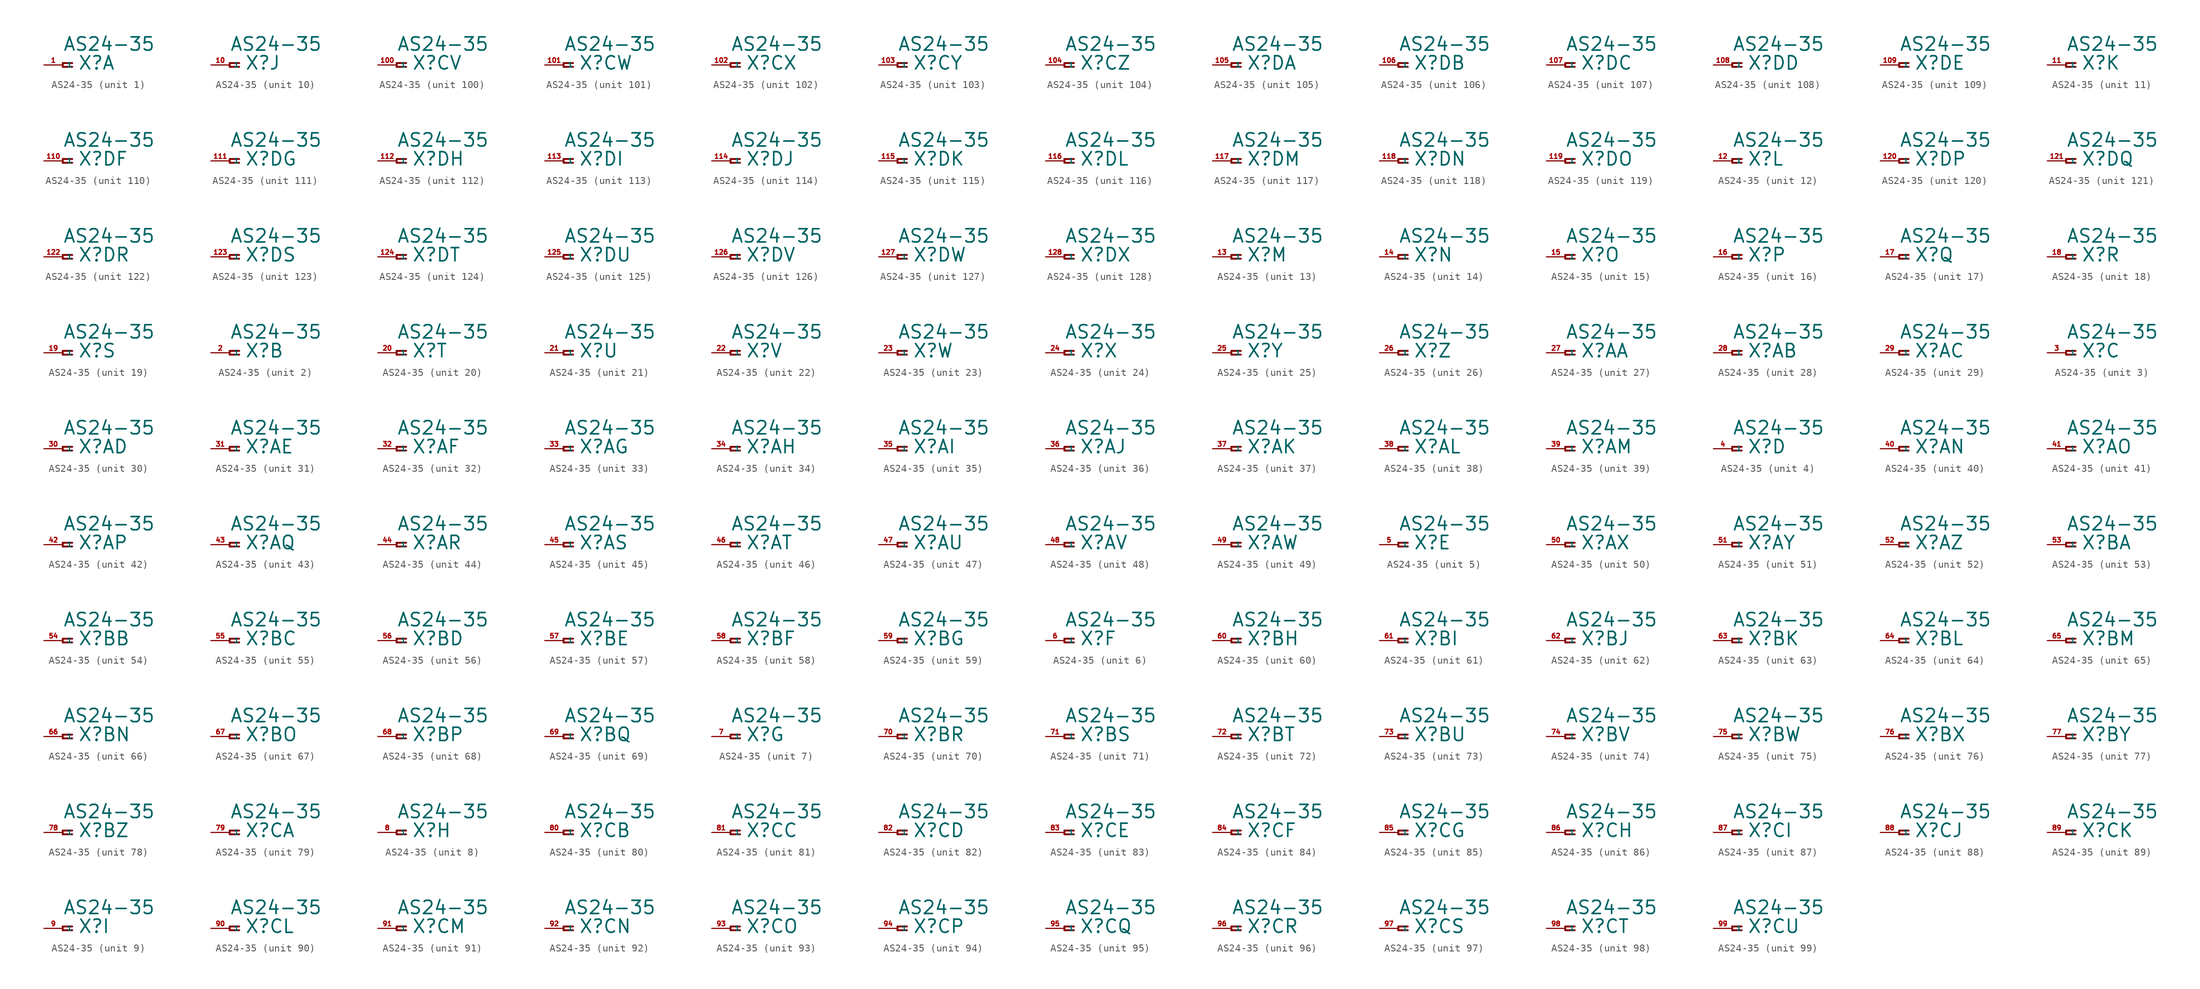
<source format=kicad_sym>
(kicad_symbol_lib
  (version 20220914)
  (generator Eagle2Kicad)
  (symbol "AS24-35"
    (property "Reference" "X"
      (at 2.032 -0.762 0)
      (effects (font (size 1.778 1.778) (thickness 0.22)) (justify left bottom)))
    (property "Value" "AS24-35"
      (at 0 1.778 0)
      (effects (font (size 1.778 1.778) (thickness 0.22)) (justify left bottom)))
    (symbol "AS24-35_1_0"
      (polyline (pts (xy 1.27 0.254) (xy 0 0.254)) (stroke (width 0.254) (type default)) (fill (type none)))
      (polyline (pts (xy 0 0.254) (xy 0 -0.254)) (stroke (width 0.254) (type default)) (fill (type none)))
      (polyline (pts (xy 0 -0.254) (xy 1.27 -0.254)) (stroke (width 0.254) (type default)) (fill (type none)))
      (pin passive line (at -2.54 0 0) (length 2.54) (name "1" (effects (font (size 0.635 0.635) (thickness 0.08)) (justify left bottom))) (number "1" (effects (font (size 0.635 0.635) (thickness 0.08)) (justify left bottom)))))
    (symbol "AS24-35_2_0"
      (polyline (pts (xy 1.27 0.254) (xy 0 0.254)) (stroke (width 0.254) (type default)) (fill (type none)))
      (polyline (pts (xy 0 0.254) (xy 0 -0.254)) (stroke (width 0.254) (type default)) (fill (type none)))
      (polyline (pts (xy 0 -0.254) (xy 1.27 -0.254)) (stroke (width 0.254) (type default)) (fill (type none)))
      (pin passive line (at -2.54 0 0) (length 2.54) (name "1" (effects (font (size 0.635 0.635) (thickness 0.08)) (justify left bottom))) (number "2" (effects (font (size 0.635 0.635) (thickness 0.08)) (justify left bottom)))))
    (symbol "AS24-35_3_0"
      (polyline (pts (xy 1.27 0.254) (xy 0 0.254)) (stroke (width 0.254) (type default)) (fill (type none)))
      (polyline (pts (xy 0 0.254) (xy 0 -0.254)) (stroke (width 0.254) (type default)) (fill (type none)))
      (polyline (pts (xy 0 -0.254) (xy 1.27 -0.254)) (stroke (width 0.254) (type default)) (fill (type none)))
      (pin passive line (at -2.54 0 0) (length 2.54) (name "1" (effects (font (size 0.635 0.635) (thickness 0.08)) (justify left bottom))) (number "3" (effects (font (size 0.635 0.635) (thickness 0.08)) (justify left bottom)))))
    (symbol "AS24-35_4_0"
      (polyline (pts (xy 1.27 0.254) (xy 0 0.254)) (stroke (width 0.254) (type default)) (fill (type none)))
      (polyline (pts (xy 0 0.254) (xy 0 -0.254)) (stroke (width 0.254) (type default)) (fill (type none)))
      (polyline (pts (xy 0 -0.254) (xy 1.27 -0.254)) (stroke (width 0.254) (type default)) (fill (type none)))
      (pin passive line (at -2.54 0 0) (length 2.54) (name "1" (effects (font (size 0.635 0.635) (thickness 0.08)) (justify left bottom))) (number "4" (effects (font (size 0.635 0.635) (thickness 0.08)) (justify left bottom)))))
    (symbol "AS24-35_5_0"
      (polyline (pts (xy 1.27 0.254) (xy 0 0.254)) (stroke (width 0.254) (type default)) (fill (type none)))
      (polyline (pts (xy 0 0.254) (xy 0 -0.254)) (stroke (width 0.254) (type default)) (fill (type none)))
      (polyline (pts (xy 0 -0.254) (xy 1.27 -0.254)) (stroke (width 0.254) (type default)) (fill (type none)))
      (pin passive line (at -2.54 0 0) (length 2.54) (name "1" (effects (font (size 0.635 0.635) (thickness 0.08)) (justify left bottom))) (number "5" (effects (font (size 0.635 0.635) (thickness 0.08)) (justify left bottom)))))
    (symbol "AS24-35_6_0"
      (polyline (pts (xy 1.27 0.254) (xy 0 0.254)) (stroke (width 0.254) (type default)) (fill (type none)))
      (polyline (pts (xy 0 0.254) (xy 0 -0.254)) (stroke (width 0.254) (type default)) (fill (type none)))
      (polyline (pts (xy 0 -0.254) (xy 1.27 -0.254)) (stroke (width 0.254) (type default)) (fill (type none)))
      (pin passive line (at -2.54 0 0) (length 2.54) (name "1" (effects (font (size 0.635 0.635) (thickness 0.08)) (justify left bottom))) (number "6" (effects (font (size 0.635 0.635) (thickness 0.08)) (justify left bottom)))))
    (symbol "AS24-35_7_0"
      (polyline (pts (xy 1.27 0.254) (xy 0 0.254)) (stroke (width 0.254) (type default)) (fill (type none)))
      (polyline (pts (xy 0 0.254) (xy 0 -0.254)) (stroke (width 0.254) (type default)) (fill (type none)))
      (polyline (pts (xy 0 -0.254) (xy 1.27 -0.254)) (stroke (width 0.254) (type default)) (fill (type none)))
      (pin passive line (at -2.54 0 0) (length 2.54) (name "1" (effects (font (size 0.635 0.635) (thickness 0.08)) (justify left bottom))) (number "7" (effects (font (size 0.635 0.635) (thickness 0.08)) (justify left bottom)))))
    (symbol "AS24-35_8_0"
      (polyline (pts (xy 1.27 0.254) (xy 0 0.254)) (stroke (width 0.254) (type default)) (fill (type none)))
      (polyline (pts (xy 0 0.254) (xy 0 -0.254)) (stroke (width 0.254) (type default)) (fill (type none)))
      (polyline (pts (xy 0 -0.254) (xy 1.27 -0.254)) (stroke (width 0.254) (type default)) (fill (type none)))
      (pin passive line (at -2.54 0 0) (length 2.54) (name "1" (effects (font (size 0.635 0.635) (thickness 0.08)) (justify left bottom))) (number "8" (effects (font (size 0.635 0.635) (thickness 0.08)) (justify left bottom)))))
    (symbol "AS24-35_9_0"
      (polyline (pts (xy 1.27 0.254) (xy 0 0.254)) (stroke (width 0.254) (type default)) (fill (type none)))
      (polyline (pts (xy 0 0.254) (xy 0 -0.254)) (stroke (width 0.254) (type default)) (fill (type none)))
      (polyline (pts (xy 0 -0.254) (xy 1.27 -0.254)) (stroke (width 0.254) (type default)) (fill (type none)))
      (pin passive line (at -2.54 0 0) (length 2.54) (name "1" (effects (font (size 0.635 0.635) (thickness 0.08)) (justify left bottom))) (number "9" (effects (font (size 0.635 0.635) (thickness 0.08)) (justify left bottom)))))
    (symbol "AS24-35_10_0"
      (polyline (pts (xy 1.27 0.254) (xy 0 0.254)) (stroke (width 0.254) (type default)) (fill (type none)))
      (polyline (pts (xy 0 0.254) (xy 0 -0.254)) (stroke (width 0.254) (type default)) (fill (type none)))
      (polyline (pts (xy 0 -0.254) (xy 1.27 -0.254)) (stroke (width 0.254) (type default)) (fill (type none)))
      (pin passive line (at -2.54 0 0) (length 2.54) (name "1" (effects (font (size 0.635 0.635) (thickness 0.08)) (justify left bottom))) (number "10" (effects (font (size 0.635 0.635) (thickness 0.08)) (justify left bottom)))))
    (symbol "AS24-35_11_0"
      (polyline (pts (xy 1.27 0.254) (xy 0 0.254)) (stroke (width 0.254) (type default)) (fill (type none)))
      (polyline (pts (xy 0 0.254) (xy 0 -0.254)) (stroke (width 0.254) (type default)) (fill (type none)))
      (polyline (pts (xy 0 -0.254) (xy 1.27 -0.254)) (stroke (width 0.254) (type default)) (fill (type none)))
      (pin passive line (at -2.54 0 0) (length 2.54) (name "1" (effects (font (size 0.635 0.635) (thickness 0.08)) (justify left bottom))) (number "11" (effects (font (size 0.635 0.635) (thickness 0.08)) (justify left bottom)))))
    (symbol "AS24-35_12_0"
      (polyline (pts (xy 1.27 0.254) (xy 0 0.254)) (stroke (width 0.254) (type default)) (fill (type none)))
      (polyline (pts (xy 0 0.254) (xy 0 -0.254)) (stroke (width 0.254) (type default)) (fill (type none)))
      (polyline (pts (xy 0 -0.254) (xy 1.27 -0.254)) (stroke (width 0.254) (type default)) (fill (type none)))
      (pin passive line (at -2.54 0 0) (length 2.54) (name "1" (effects (font (size 0.635 0.635) (thickness 0.08)) (justify left bottom))) (number "12" (effects (font (size 0.635 0.635) (thickness 0.08)) (justify left bottom)))))
    (symbol "AS24-35_13_0"
      (polyline (pts (xy 1.27 0.254) (xy 0 0.254)) (stroke (width 0.254) (type default)) (fill (type none)))
      (polyline (pts (xy 0 0.254) (xy 0 -0.254)) (stroke (width 0.254) (type default)) (fill (type none)))
      (polyline (pts (xy 0 -0.254) (xy 1.27 -0.254)) (stroke (width 0.254) (type default)) (fill (type none)))
      (pin passive line (at -2.54 0 0) (length 2.54) (name "1" (effects (font (size 0.635 0.635) (thickness 0.08)) (justify left bottom))) (number "13" (effects (font (size 0.635 0.635) (thickness 0.08)) (justify left bottom)))))
    (symbol "AS24-35_14_0"
      (polyline (pts (xy 1.27 0.254) (xy 0 0.254)) (stroke (width 0.254) (type default)) (fill (type none)))
      (polyline (pts (xy 0 0.254) (xy 0 -0.254)) (stroke (width 0.254) (type default)) (fill (type none)))
      (polyline (pts (xy 0 -0.254) (xy 1.27 -0.254)) (stroke (width 0.254) (type default)) (fill (type none)))
      (pin passive line (at -2.54 0 0) (length 2.54) (name "1" (effects (font (size 0.635 0.635) (thickness 0.08)) (justify left bottom))) (number "14" (effects (font (size 0.635 0.635) (thickness 0.08)) (justify left bottom)))))
    (symbol "AS24-35_15_0"
      (polyline (pts (xy 1.27 0.254) (xy 0 0.254)) (stroke (width 0.254) (type default)) (fill (type none)))
      (polyline (pts (xy 0 0.254) (xy 0 -0.254)) (stroke (width 0.254) (type default)) (fill (type none)))
      (polyline (pts (xy 0 -0.254) (xy 1.27 -0.254)) (stroke (width 0.254) (type default)) (fill (type none)))
      (pin passive line (at -2.54 0 0) (length 2.54) (name "1" (effects (font (size 0.635 0.635) (thickness 0.08)) (justify left bottom))) (number "15" (effects (font (size 0.635 0.635) (thickness 0.08)) (justify left bottom)))))
    (symbol "AS24-35_16_0"
      (polyline (pts (xy 1.27 0.254) (xy 0 0.254)) (stroke (width 0.254) (type default)) (fill (type none)))
      (polyline (pts (xy 0 0.254) (xy 0 -0.254)) (stroke (width 0.254) (type default)) (fill (type none)))
      (polyline (pts (xy 0 -0.254) (xy 1.27 -0.254)) (stroke (width 0.254) (type default)) (fill (type none)))
      (pin passive line (at -2.54 0 0) (length 2.54) (name "1" (effects (font (size 0.635 0.635) (thickness 0.08)) (justify left bottom))) (number "16" (effects (font (size 0.635 0.635) (thickness 0.08)) (justify left bottom)))))
    (symbol "AS24-35_17_0"
      (polyline (pts (xy 1.27 0.254) (xy 0 0.254)) (stroke (width 0.254) (type default)) (fill (type none)))
      (polyline (pts (xy 0 0.254) (xy 0 -0.254)) (stroke (width 0.254) (type default)) (fill (type none)))
      (polyline (pts (xy 0 -0.254) (xy 1.27 -0.254)) (stroke (width 0.254) (type default)) (fill (type none)))
      (pin passive line (at -2.54 0 0) (length 2.54) (name "1" (effects (font (size 0.635 0.635) (thickness 0.08)) (justify left bottom))) (number "17" (effects (font (size 0.635 0.635) (thickness 0.08)) (justify left bottom)))))
    (symbol "AS24-35_18_0"
      (polyline (pts (xy 1.27 0.254) (xy 0 0.254)) (stroke (width 0.254) (type default)) (fill (type none)))
      (polyline (pts (xy 0 0.254) (xy 0 -0.254)) (stroke (width 0.254) (type default)) (fill (type none)))
      (polyline (pts (xy 0 -0.254) (xy 1.27 -0.254)) (stroke (width 0.254) (type default)) (fill (type none)))
      (pin passive line (at -2.54 0 0) (length 2.54) (name "1" (effects (font (size 0.635 0.635) (thickness 0.08)) (justify left bottom))) (number "18" (effects (font (size 0.635 0.635) (thickness 0.08)) (justify left bottom)))))
    (symbol "AS24-35_19_0"
      (polyline (pts (xy 1.27 0.254) (xy 0 0.254)) (stroke (width 0.254) (type default)) (fill (type none)))
      (polyline (pts (xy 0 0.254) (xy 0 -0.254)) (stroke (width 0.254) (type default)) (fill (type none)))
      (polyline (pts (xy 0 -0.254) (xy 1.27 -0.254)) (stroke (width 0.254) (type default)) (fill (type none)))
      (pin passive line (at -2.54 0 0) (length 2.54) (name "1" (effects (font (size 0.635 0.635) (thickness 0.08)) (justify left bottom))) (number "19" (effects (font (size 0.635 0.635) (thickness 0.08)) (justify left bottom)))))
    (symbol "AS24-35_20_0"
      (polyline (pts (xy 1.27 0.254) (xy 0 0.254)) (stroke (width 0.254) (type default)) (fill (type none)))
      (polyline (pts (xy 0 0.254) (xy 0 -0.254)) (stroke (width 0.254) (type default)) (fill (type none)))
      (polyline (pts (xy 0 -0.254) (xy 1.27 -0.254)) (stroke (width 0.254) (type default)) (fill (type none)))
      (pin passive line (at -2.54 0 0) (length 2.54) (name "1" (effects (font (size 0.635 0.635) (thickness 0.08)) (justify left bottom))) (number "20" (effects (font (size 0.635 0.635) (thickness 0.08)) (justify left bottom)))))
    (symbol "AS24-35_21_0"
      (polyline (pts (xy 1.27 0.254) (xy 0 0.254)) (stroke (width 0.254) (type default)) (fill (type none)))
      (polyline (pts (xy 0 0.254) (xy 0 -0.254)) (stroke (width 0.254) (type default)) (fill (type none)))
      (polyline (pts (xy 0 -0.254) (xy 1.27 -0.254)) (stroke (width 0.254) (type default)) (fill (type none)))
      (pin passive line (at -2.54 0 0) (length 2.54) (name "1" (effects (font (size 0.635 0.635) (thickness 0.08)) (justify left bottom))) (number "21" (effects (font (size 0.635 0.635) (thickness 0.08)) (justify left bottom)))))
    (symbol "AS24-35_22_0"
      (polyline (pts (xy 1.27 0.254) (xy 0 0.254)) (stroke (width 0.254) (type default)) (fill (type none)))
      (polyline (pts (xy 0 0.254) (xy 0 -0.254)) (stroke (width 0.254) (type default)) (fill (type none)))
      (polyline (pts (xy 0 -0.254) (xy 1.27 -0.254)) (stroke (width 0.254) (type default)) (fill (type none)))
      (pin passive line (at -2.54 0 0) (length 2.54) (name "1" (effects (font (size 0.635 0.635) (thickness 0.08)) (justify left bottom))) (number "22" (effects (font (size 0.635 0.635) (thickness 0.08)) (justify left bottom)))))
    (symbol "AS24-35_23_0"
      (polyline (pts (xy 1.27 0.254) (xy 0 0.254)) (stroke (width 0.254) (type default)) (fill (type none)))
      (polyline (pts (xy 0 0.254) (xy 0 -0.254)) (stroke (width 0.254) (type default)) (fill (type none)))
      (polyline (pts (xy 0 -0.254) (xy 1.27 -0.254)) (stroke (width 0.254) (type default)) (fill (type none)))
      (pin passive line (at -2.54 0 0) (length 2.54) (name "1" (effects (font (size 0.635 0.635) (thickness 0.08)) (justify left bottom))) (number "23" (effects (font (size 0.635 0.635) (thickness 0.08)) (justify left bottom)))))
    (symbol "AS24-35_24_0"
      (polyline (pts (xy 1.27 0.254) (xy 0 0.254)) (stroke (width 0.254) (type default)) (fill (type none)))
      (polyline (pts (xy 0 0.254) (xy 0 -0.254)) (stroke (width 0.254) (type default)) (fill (type none)))
      (polyline (pts (xy 0 -0.254) (xy 1.27 -0.254)) (stroke (width 0.254) (type default)) (fill (type none)))
      (pin passive line (at -2.54 0 0) (length 2.54) (name "1" (effects (font (size 0.635 0.635) (thickness 0.08)) (justify left bottom))) (number "24" (effects (font (size 0.635 0.635) (thickness 0.08)) (justify left bottom)))))
    (symbol "AS24-35_25_0"
      (polyline (pts (xy 1.27 0.254) (xy 0 0.254)) (stroke (width 0.254) (type default)) (fill (type none)))
      (polyline (pts (xy 0 0.254) (xy 0 -0.254)) (stroke (width 0.254) (type default)) (fill (type none)))
      (polyline (pts (xy 0 -0.254) (xy 1.27 -0.254)) (stroke (width 0.254) (type default)) (fill (type none)))
      (pin passive line (at -2.54 0 0) (length 2.54) (name "1" (effects (font (size 0.635 0.635) (thickness 0.08)) (justify left bottom))) (number "25" (effects (font (size 0.635 0.635) (thickness 0.08)) (justify left bottom)))))
    (symbol "AS24-35_26_0"
      (polyline (pts (xy 1.27 0.254) (xy 0 0.254)) (stroke (width 0.254) (type default)) (fill (type none)))
      (polyline (pts (xy 0 0.254) (xy 0 -0.254)) (stroke (width 0.254) (type default)) (fill (type none)))
      (polyline (pts (xy 0 -0.254) (xy 1.27 -0.254)) (stroke (width 0.254) (type default)) (fill (type none)))
      (pin passive line (at -2.54 0 0) (length 2.54) (name "1" (effects (font (size 0.635 0.635) (thickness 0.08)) (justify left bottom))) (number "26" (effects (font (size 0.635 0.635) (thickness 0.08)) (justify left bottom)))))
    (symbol "AS24-35_27_0"
      (polyline (pts (xy 1.27 0.254) (xy 0 0.254)) (stroke (width 0.254) (type default)) (fill (type none)))
      (polyline (pts (xy 0 0.254) (xy 0 -0.254)) (stroke (width 0.254) (type default)) (fill (type none)))
      (polyline (pts (xy 0 -0.254) (xy 1.27 -0.254)) (stroke (width 0.254) (type default)) (fill (type none)))
      (pin passive line (at -2.54 0 0) (length 2.54) (name "1" (effects (font (size 0.635 0.635) (thickness 0.08)) (justify left bottom))) (number "27" (effects (font (size 0.635 0.635) (thickness 0.08)) (justify left bottom)))))
    (symbol "AS24-35_28_0"
      (polyline (pts (xy 1.27 0.254) (xy 0 0.254)) (stroke (width 0.254) (type default)) (fill (type none)))
      (polyline (pts (xy 0 0.254) (xy 0 -0.254)) (stroke (width 0.254) (type default)) (fill (type none)))
      (polyline (pts (xy 0 -0.254) (xy 1.27 -0.254)) (stroke (width 0.254) (type default)) (fill (type none)))
      (pin passive line (at -2.54 0 0) (length 2.54) (name "1" (effects (font (size 0.635 0.635) (thickness 0.08)) (justify left bottom))) (number "28" (effects (font (size 0.635 0.635) (thickness 0.08)) (justify left bottom)))))
    (symbol "AS24-35_29_0"
      (polyline (pts (xy 1.27 0.254) (xy 0 0.254)) (stroke (width 0.254) (type default)) (fill (type none)))
      (polyline (pts (xy 0 0.254) (xy 0 -0.254)) (stroke (width 0.254) (type default)) (fill (type none)))
      (polyline (pts (xy 0 -0.254) (xy 1.27 -0.254)) (stroke (width 0.254) (type default)) (fill (type none)))
      (pin passive line (at -2.54 0 0) (length 2.54) (name "1" (effects (font (size 0.635 0.635) (thickness 0.08)) (justify left bottom))) (number "29" (effects (font (size 0.635 0.635) (thickness 0.08)) (justify left bottom)))))
    (symbol "AS24-35_30_0"
      (polyline (pts (xy 1.27 0.254) (xy 0 0.254)) (stroke (width 0.254) (type default)) (fill (type none)))
      (polyline (pts (xy 0 0.254) (xy 0 -0.254)) (stroke (width 0.254) (type default)) (fill (type none)))
      (polyline (pts (xy 0 -0.254) (xy 1.27 -0.254)) (stroke (width 0.254) (type default)) (fill (type none)))
      (pin passive line (at -2.54 0 0) (length 2.54) (name "1" (effects (font (size 0.635 0.635) (thickness 0.08)) (justify left bottom))) (number "30" (effects (font (size 0.635 0.635) (thickness 0.08)) (justify left bottom)))))
    (symbol "AS24-35_31_0"
      (polyline (pts (xy 1.27 0.254) (xy 0 0.254)) (stroke (width 0.254) (type default)) (fill (type none)))
      (polyline (pts (xy 0 0.254) (xy 0 -0.254)) (stroke (width 0.254) (type default)) (fill (type none)))
      (polyline (pts (xy 0 -0.254) (xy 1.27 -0.254)) (stroke (width 0.254) (type default)) (fill (type none)))
      (pin passive line (at -2.54 0 0) (length 2.54) (name "1" (effects (font (size 0.635 0.635) (thickness 0.08)) (justify left bottom))) (number "31" (effects (font (size 0.635 0.635) (thickness 0.08)) (justify left bottom)))))
    (symbol "AS24-35_32_0"
      (polyline (pts (xy 1.27 0.254) (xy 0 0.254)) (stroke (width 0.254) (type default)) (fill (type none)))
      (polyline (pts (xy 0 0.254) (xy 0 -0.254)) (stroke (width 0.254) (type default)) (fill (type none)))
      (polyline (pts (xy 0 -0.254) (xy 1.27 -0.254)) (stroke (width 0.254) (type default)) (fill (type none)))
      (pin passive line (at -2.54 0 0) (length 2.54) (name "1" (effects (font (size 0.635 0.635) (thickness 0.08)) (justify left bottom))) (number "32" (effects (font (size 0.635 0.635) (thickness 0.08)) (justify left bottom)))))
    (symbol "AS24-35_33_0"
      (polyline (pts (xy 1.27 0.254) (xy 0 0.254)) (stroke (width 0.254) (type default)) (fill (type none)))
      (polyline (pts (xy 0 0.254) (xy 0 -0.254)) (stroke (width 0.254) (type default)) (fill (type none)))
      (polyline (pts (xy 0 -0.254) (xy 1.27 -0.254)) (stroke (width 0.254) (type default)) (fill (type none)))
      (pin passive line (at -2.54 0 0) (length 2.54) (name "1" (effects (font (size 0.635 0.635) (thickness 0.08)) (justify left bottom))) (number "33" (effects (font (size 0.635 0.635) (thickness 0.08)) (justify left bottom)))))
    (symbol "AS24-35_34_0"
      (polyline (pts (xy 1.27 0.254) (xy 0 0.254)) (stroke (width 0.254) (type default)) (fill (type none)))
      (polyline (pts (xy 0 0.254) (xy 0 -0.254)) (stroke (width 0.254) (type default)) (fill (type none)))
      (polyline (pts (xy 0 -0.254) (xy 1.27 -0.254)) (stroke (width 0.254) (type default)) (fill (type none)))
      (pin passive line (at -2.54 0 0) (length 2.54) (name "1" (effects (font (size 0.635 0.635) (thickness 0.08)) (justify left bottom))) (number "34" (effects (font (size 0.635 0.635) (thickness 0.08)) (justify left bottom)))))
    (symbol "AS24-35_35_0"
      (polyline (pts (xy 1.27 0.254) (xy 0 0.254)) (stroke (width 0.254) (type default)) (fill (type none)))
      (polyline (pts (xy 0 0.254) (xy 0 -0.254)) (stroke (width 0.254) (type default)) (fill (type none)))
      (polyline (pts (xy 0 -0.254) (xy 1.27 -0.254)) (stroke (width 0.254) (type default)) (fill (type none)))
      (pin passive line (at -2.54 0 0) (length 2.54) (name "1" (effects (font (size 0.635 0.635) (thickness 0.08)) (justify left bottom))) (number "35" (effects (font (size 0.635 0.635) (thickness 0.08)) (justify left bottom)))))
    (symbol "AS24-35_36_0"
      (polyline (pts (xy 1.27 0.254) (xy 0 0.254)) (stroke (width 0.254) (type default)) (fill (type none)))
      (polyline (pts (xy 0 0.254) (xy 0 -0.254)) (stroke (width 0.254) (type default)) (fill (type none)))
      (polyline (pts (xy 0 -0.254) (xy 1.27 -0.254)) (stroke (width 0.254) (type default)) (fill (type none)))
      (pin passive line (at -2.54 0 0) (length 2.54) (name "1" (effects (font (size 0.635 0.635) (thickness 0.08)) (justify left bottom))) (number "36" (effects (font (size 0.635 0.635) (thickness 0.08)) (justify left bottom)))))
    (symbol "AS24-35_37_0"
      (polyline (pts (xy 1.27 0.254) (xy 0 0.254)) (stroke (width 0.254) (type default)) (fill (type none)))
      (polyline (pts (xy 0 0.254) (xy 0 -0.254)) (stroke (width 0.254) (type default)) (fill (type none)))
      (polyline (pts (xy 0 -0.254) (xy 1.27 -0.254)) (stroke (width 0.254) (type default)) (fill (type none)))
      (pin passive line (at -2.54 0 0) (length 2.54) (name "1" (effects (font (size 0.635 0.635) (thickness 0.08)) (justify left bottom))) (number "37" (effects (font (size 0.635 0.635) (thickness 0.08)) (justify left bottom)))))
    (symbol "AS24-35_38_0"
      (polyline (pts (xy 1.27 0.254) (xy 0 0.254)) (stroke (width 0.254) (type default)) (fill (type none)))
      (polyline (pts (xy 0 0.254) (xy 0 -0.254)) (stroke (width 0.254) (type default)) (fill (type none)))
      (polyline (pts (xy 0 -0.254) (xy 1.27 -0.254)) (stroke (width 0.254) (type default)) (fill (type none)))
      (pin passive line (at -2.54 0 0) (length 2.54) (name "1" (effects (font (size 0.635 0.635) (thickness 0.08)) (justify left bottom))) (number "38" (effects (font (size 0.635 0.635) (thickness 0.08)) (justify left bottom)))))
    (symbol "AS24-35_39_0"
      (polyline (pts (xy 1.27 0.254) (xy 0 0.254)) (stroke (width 0.254) (type default)) (fill (type none)))
      (polyline (pts (xy 0 0.254) (xy 0 -0.254)) (stroke (width 0.254) (type default)) (fill (type none)))
      (polyline (pts (xy 0 -0.254) (xy 1.27 -0.254)) (stroke (width 0.254) (type default)) (fill (type none)))
      (pin passive line (at -2.54 0 0) (length 2.54) (name "1" (effects (font (size 0.635 0.635) (thickness 0.08)) (justify left bottom))) (number "39" (effects (font (size 0.635 0.635) (thickness 0.08)) (justify left bottom)))))
    (symbol "AS24-35_40_0"
      (polyline (pts (xy 1.27 0.254) (xy 0 0.254)) (stroke (width 0.254) (type default)) (fill (type none)))
      (polyline (pts (xy 0 0.254) (xy 0 -0.254)) (stroke (width 0.254) (type default)) (fill (type none)))
      (polyline (pts (xy 0 -0.254) (xy 1.27 -0.254)) (stroke (width 0.254) (type default)) (fill (type none)))
      (pin passive line (at -2.54 0 0) (length 2.54) (name "1" (effects (font (size 0.635 0.635) (thickness 0.08)) (justify left bottom))) (number "40" (effects (font (size 0.635 0.635) (thickness 0.08)) (justify left bottom)))))
    (symbol "AS24-35_41_0"
      (polyline (pts (xy 1.27 0.254) (xy 0 0.254)) (stroke (width 0.254) (type default)) (fill (type none)))
      (polyline (pts (xy 0 0.254) (xy 0 -0.254)) (stroke (width 0.254) (type default)) (fill (type none)))
      (polyline (pts (xy 0 -0.254) (xy 1.27 -0.254)) (stroke (width 0.254) (type default)) (fill (type none)))
      (pin passive line (at -2.54 0 0) (length 2.54) (name "1" (effects (font (size 0.635 0.635) (thickness 0.08)) (justify left bottom))) (number "41" (effects (font (size 0.635 0.635) (thickness 0.08)) (justify left bottom)))))
    (symbol "AS24-35_42_0"
      (polyline (pts (xy 1.27 0.254) (xy 0 0.254)) (stroke (width 0.254) (type default)) (fill (type none)))
      (polyline (pts (xy 0 0.254) (xy 0 -0.254)) (stroke (width 0.254) (type default)) (fill (type none)))
      (polyline (pts (xy 0 -0.254) (xy 1.27 -0.254)) (stroke (width 0.254) (type default)) (fill (type none)))
      (pin passive line (at -2.54 0 0) (length 2.54) (name "1" (effects (font (size 0.635 0.635) (thickness 0.08)) (justify left bottom))) (number "42" (effects (font (size 0.635 0.635) (thickness 0.08)) (justify left bottom)))))
    (symbol "AS24-35_43_0"
      (polyline (pts (xy 1.27 0.254) (xy 0 0.254)) (stroke (width 0.254) (type default)) (fill (type none)))
      (polyline (pts (xy 0 0.254) (xy 0 -0.254)) (stroke (width 0.254) (type default)) (fill (type none)))
      (polyline (pts (xy 0 -0.254) (xy 1.27 -0.254)) (stroke (width 0.254) (type default)) (fill (type none)))
      (pin passive line (at -2.54 0 0) (length 2.54) (name "1" (effects (font (size 0.635 0.635) (thickness 0.08)) (justify left bottom))) (number "43" (effects (font (size 0.635 0.635) (thickness 0.08)) (justify left bottom)))))
    (symbol "AS24-35_44_0"
      (polyline (pts (xy 1.27 0.254) (xy 0 0.254)) (stroke (width 0.254) (type default)) (fill (type none)))
      (polyline (pts (xy 0 0.254) (xy 0 -0.254)) (stroke (width 0.254) (type default)) (fill (type none)))
      (polyline (pts (xy 0 -0.254) (xy 1.27 -0.254)) (stroke (width 0.254) (type default)) (fill (type none)))
      (pin passive line (at -2.54 0 0) (length 2.54) (name "1" (effects (font (size 0.635 0.635) (thickness 0.08)) (justify left bottom))) (number "44" (effects (font (size 0.635 0.635) (thickness 0.08)) (justify left bottom)))))
    (symbol "AS24-35_45_0"
      (polyline (pts (xy 1.27 0.254) (xy 0 0.254)) (stroke (width 0.254) (type default)) (fill (type none)))
      (polyline (pts (xy 0 0.254) (xy 0 -0.254)) (stroke (width 0.254) (type default)) (fill (type none)))
      (polyline (pts (xy 0 -0.254) (xy 1.27 -0.254)) (stroke (width 0.254) (type default)) (fill (type none)))
      (pin passive line (at -2.54 0 0) (length 2.54) (name "1" (effects (font (size 0.635 0.635) (thickness 0.08)) (justify left bottom))) (number "45" (effects (font (size 0.635 0.635) (thickness 0.08)) (justify left bottom)))))
    (symbol "AS24-35_46_0"
      (polyline (pts (xy 1.27 0.254) (xy 0 0.254)) (stroke (width 0.254) (type default)) (fill (type none)))
      (polyline (pts (xy 0 0.254) (xy 0 -0.254)) (stroke (width 0.254) (type default)) (fill (type none)))
      (polyline (pts (xy 0 -0.254) (xy 1.27 -0.254)) (stroke (width 0.254) (type default)) (fill (type none)))
      (pin passive line (at -2.54 0 0) (length 2.54) (name "1" (effects (font (size 0.635 0.635) (thickness 0.08)) (justify left bottom))) (number "46" (effects (font (size 0.635 0.635) (thickness 0.08)) (justify left bottom)))))
    (symbol "AS24-35_47_0"
      (polyline (pts (xy 1.27 0.254) (xy 0 0.254)) (stroke (width 0.254) (type default)) (fill (type none)))
      (polyline (pts (xy 0 0.254) (xy 0 -0.254)) (stroke (width 0.254) (type default)) (fill (type none)))
      (polyline (pts (xy 0 -0.254) (xy 1.27 -0.254)) (stroke (width 0.254) (type default)) (fill (type none)))
      (pin passive line (at -2.54 0 0) (length 2.54) (name "1" (effects (font (size 0.635 0.635) (thickness 0.08)) (justify left bottom))) (number "47" (effects (font (size 0.635 0.635) (thickness 0.08)) (justify left bottom)))))
    (symbol "AS24-35_48_0"
      (polyline (pts (xy 1.27 0.254) (xy 0 0.254)) (stroke (width 0.254) (type default)) (fill (type none)))
      (polyline (pts (xy 0 0.254) (xy 0 -0.254)) (stroke (width 0.254) (type default)) (fill (type none)))
      (polyline (pts (xy 0 -0.254) (xy 1.27 -0.254)) (stroke (width 0.254) (type default)) (fill (type none)))
      (pin passive line (at -2.54 0 0) (length 2.54) (name "1" (effects (font (size 0.635 0.635) (thickness 0.08)) (justify left bottom))) (number "48" (effects (font (size 0.635 0.635) (thickness 0.08)) (justify left bottom)))))
    (symbol "AS24-35_49_0"
      (polyline (pts (xy 1.27 0.254) (xy 0 0.254)) (stroke (width 0.254) (type default)) (fill (type none)))
      (polyline (pts (xy 0 0.254) (xy 0 -0.254)) (stroke (width 0.254) (type default)) (fill (type none)))
      (polyline (pts (xy 0 -0.254) (xy 1.27 -0.254)) (stroke (width 0.254) (type default)) (fill (type none)))
      (pin passive line (at -2.54 0 0) (length 2.54) (name "1" (effects (font (size 0.635 0.635) (thickness 0.08)) (justify left bottom))) (number "49" (effects (font (size 0.635 0.635) (thickness 0.08)) (justify left bottom)))))
    (symbol "AS24-35_50_0"
      (polyline (pts (xy 1.27 0.254) (xy 0 0.254)) (stroke (width 0.254) (type default)) (fill (type none)))
      (polyline (pts (xy 0 0.254) (xy 0 -0.254)) (stroke (width 0.254) (type default)) (fill (type none)))
      (polyline (pts (xy 0 -0.254) (xy 1.27 -0.254)) (stroke (width 0.254) (type default)) (fill (type none)))
      (pin passive line (at -2.54 0 0) (length 2.54) (name "1" (effects (font (size 0.635 0.635) (thickness 0.08)) (justify left bottom))) (number "50" (effects (font (size 0.635 0.635) (thickness 0.08)) (justify left bottom)))))
    (symbol "AS24-35_51_0"
      (polyline (pts (xy 1.27 0.254) (xy 0 0.254)) (stroke (width 0.254) (type default)) (fill (type none)))
      (polyline (pts (xy 0 0.254) (xy 0 -0.254)) (stroke (width 0.254) (type default)) (fill (type none)))
      (polyline (pts (xy 0 -0.254) (xy 1.27 -0.254)) (stroke (width 0.254) (type default)) (fill (type none)))
      (pin passive line (at -2.54 0 0) (length 2.54) (name "1" (effects (font (size 0.635 0.635) (thickness 0.08)) (justify left bottom))) (number "51" (effects (font (size 0.635 0.635) (thickness 0.08)) (justify left bottom)))))
    (symbol "AS24-35_52_0"
      (polyline (pts (xy 1.27 0.254) (xy 0 0.254)) (stroke (width 0.254) (type default)) (fill (type none)))
      (polyline (pts (xy 0 0.254) (xy 0 -0.254)) (stroke (width 0.254) (type default)) (fill (type none)))
      (polyline (pts (xy 0 -0.254) (xy 1.27 -0.254)) (stroke (width 0.254) (type default)) (fill (type none)))
      (pin passive line (at -2.54 0 0) (length 2.54) (name "1" (effects (font (size 0.635 0.635) (thickness 0.08)) (justify left bottom))) (number "52" (effects (font (size 0.635 0.635) (thickness 0.08)) (justify left bottom)))))
    (symbol "AS24-35_53_0"
      (polyline (pts (xy 1.27 0.254) (xy 0 0.254)) (stroke (width 0.254) (type default)) (fill (type none)))
      (polyline (pts (xy 0 0.254) (xy 0 -0.254)) (stroke (width 0.254) (type default)) (fill (type none)))
      (polyline (pts (xy 0 -0.254) (xy 1.27 -0.254)) (stroke (width 0.254) (type default)) (fill (type none)))
      (pin passive line (at -2.54 0 0) (length 2.54) (name "1" (effects (font (size 0.635 0.635) (thickness 0.08)) (justify left bottom))) (number "53" (effects (font (size 0.635 0.635) (thickness 0.08)) (justify left bottom)))))
    (symbol "AS24-35_54_0"
      (polyline (pts (xy 1.27 0.254) (xy 0 0.254)) (stroke (width 0.254) (type default)) (fill (type none)))
      (polyline (pts (xy 0 0.254) (xy 0 -0.254)) (stroke (width 0.254) (type default)) (fill (type none)))
      (polyline (pts (xy 0 -0.254) (xy 1.27 -0.254)) (stroke (width 0.254) (type default)) (fill (type none)))
      (pin passive line (at -2.54 0 0) (length 2.54) (name "1" (effects (font (size 0.635 0.635) (thickness 0.08)) (justify left bottom))) (number "54" (effects (font (size 0.635 0.635) (thickness 0.08)) (justify left bottom)))))
    (symbol "AS24-35_55_0"
      (polyline (pts (xy 1.27 0.254) (xy 0 0.254)) (stroke (width 0.254) (type default)) (fill (type none)))
      (polyline (pts (xy 0 0.254) (xy 0 -0.254)) (stroke (width 0.254) (type default)) (fill (type none)))
      (polyline (pts (xy 0 -0.254) (xy 1.27 -0.254)) (stroke (width 0.254) (type default)) (fill (type none)))
      (pin passive line (at -2.54 0 0) (length 2.54) (name "1" (effects (font (size 0.635 0.635) (thickness 0.08)) (justify left bottom))) (number "55" (effects (font (size 0.635 0.635) (thickness 0.08)) (justify left bottom)))))
    (symbol "AS24-35_56_0"
      (polyline (pts (xy 1.27 0.254) (xy 0 0.254)) (stroke (width 0.254) (type default)) (fill (type none)))
      (polyline (pts (xy 0 0.254) (xy 0 -0.254)) (stroke (width 0.254) (type default)) (fill (type none)))
      (polyline (pts (xy 0 -0.254) (xy 1.27 -0.254)) (stroke (width 0.254) (type default)) (fill (type none)))
      (pin passive line (at -2.54 0 0) (length 2.54) (name "1" (effects (font (size 0.635 0.635) (thickness 0.08)) (justify left bottom))) (number "56" (effects (font (size 0.635 0.635) (thickness 0.08)) (justify left bottom)))))
    (symbol "AS24-35_57_0"
      (polyline (pts (xy 1.27 0.254) (xy 0 0.254)) (stroke (width 0.254) (type default)) (fill (type none)))
      (polyline (pts (xy 0 0.254) (xy 0 -0.254)) (stroke (width 0.254) (type default)) (fill (type none)))
      (polyline (pts (xy 0 -0.254) (xy 1.27 -0.254)) (stroke (width 0.254) (type default)) (fill (type none)))
      (pin passive line (at -2.54 0 0) (length 2.54) (name "1" (effects (font (size 0.635 0.635) (thickness 0.08)) (justify left bottom))) (number "57" (effects (font (size 0.635 0.635) (thickness 0.08)) (justify left bottom)))))
    (symbol "AS24-35_58_0"
      (polyline (pts (xy 1.27 0.254) (xy 0 0.254)) (stroke (width 0.254) (type default)) (fill (type none)))
      (polyline (pts (xy 0 0.254) (xy 0 -0.254)) (stroke (width 0.254) (type default)) (fill (type none)))
      (polyline (pts (xy 0 -0.254) (xy 1.27 -0.254)) (stroke (width 0.254) (type default)) (fill (type none)))
      (pin passive line (at -2.54 0 0) (length 2.54) (name "1" (effects (font (size 0.635 0.635) (thickness 0.08)) (justify left bottom))) (number "58" (effects (font (size 0.635 0.635) (thickness 0.08)) (justify left bottom)))))
    (symbol "AS24-35_59_0"
      (polyline (pts (xy 1.27 0.254) (xy 0 0.254)) (stroke (width 0.254) (type default)) (fill (type none)))
      (polyline (pts (xy 0 0.254) (xy 0 -0.254)) (stroke (width 0.254) (type default)) (fill (type none)))
      (polyline (pts (xy 0 -0.254) (xy 1.27 -0.254)) (stroke (width 0.254) (type default)) (fill (type none)))
      (pin passive line (at -2.54 0 0) (length 2.54) (name "1" (effects (font (size 0.635 0.635) (thickness 0.08)) (justify left bottom))) (number "59" (effects (font (size 0.635 0.635) (thickness 0.08)) (justify left bottom)))))
    (symbol "AS24-35_60_0"
      (polyline (pts (xy 1.27 0.254) (xy 0 0.254)) (stroke (width 0.254) (type default)) (fill (type none)))
      (polyline (pts (xy 0 0.254) (xy 0 -0.254)) (stroke (width 0.254) (type default)) (fill (type none)))
      (polyline (pts (xy 0 -0.254) (xy 1.27 -0.254)) (stroke (width 0.254) (type default)) (fill (type none)))
      (pin passive line (at -2.54 0 0) (length 2.54) (name "1" (effects (font (size 0.635 0.635) (thickness 0.08)) (justify left bottom))) (number "60" (effects (font (size 0.635 0.635) (thickness 0.08)) (justify left bottom)))))
    (symbol "AS24-35_61_0"
      (polyline (pts (xy 1.27 0.254) (xy 0 0.254)) (stroke (width 0.254) (type default)) (fill (type none)))
      (polyline (pts (xy 0 0.254) (xy 0 -0.254)) (stroke (width 0.254) (type default)) (fill (type none)))
      (polyline (pts (xy 0 -0.254) (xy 1.27 -0.254)) (stroke (width 0.254) (type default)) (fill (type none)))
      (pin passive line (at -2.54 0 0) (length 2.54) (name "1" (effects (font (size 0.635 0.635) (thickness 0.08)) (justify left bottom))) (number "61" (effects (font (size 0.635 0.635) (thickness 0.08)) (justify left bottom)))))
    (symbol "AS24-35_62_0"
      (polyline (pts (xy 1.27 0.254) (xy 0 0.254)) (stroke (width 0.254) (type default)) (fill (type none)))
      (polyline (pts (xy 0 0.254) (xy 0 -0.254)) (stroke (width 0.254) (type default)) (fill (type none)))
      (polyline (pts (xy 0 -0.254) (xy 1.27 -0.254)) (stroke (width 0.254) (type default)) (fill (type none)))
      (pin passive line (at -2.54 0 0) (length 2.54) (name "1" (effects (font (size 0.635 0.635) (thickness 0.08)) (justify left bottom))) (number "62" (effects (font (size 0.635 0.635) (thickness 0.08)) (justify left bottom)))))
    (symbol "AS24-35_63_0"
      (polyline (pts (xy 1.27 0.254) (xy 0 0.254)) (stroke (width 0.254) (type default)) (fill (type none)))
      (polyline (pts (xy 0 0.254) (xy 0 -0.254)) (stroke (width 0.254) (type default)) (fill (type none)))
      (polyline (pts (xy 0 -0.254) (xy 1.27 -0.254)) (stroke (width 0.254) (type default)) (fill (type none)))
      (pin passive line (at -2.54 0 0) (length 2.54) (name "1" (effects (font (size 0.635 0.635) (thickness 0.08)) (justify left bottom))) (number "63" (effects (font (size 0.635 0.635) (thickness 0.08)) (justify left bottom)))))
    (symbol "AS24-35_64_0"
      (polyline (pts (xy 1.27 0.254) (xy 0 0.254)) (stroke (width 0.254) (type default)) (fill (type none)))
      (polyline (pts (xy 0 0.254) (xy 0 -0.254)) (stroke (width 0.254) (type default)) (fill (type none)))
      (polyline (pts (xy 0 -0.254) (xy 1.27 -0.254)) (stroke (width 0.254) (type default)) (fill (type none)))
      (pin passive line (at -2.54 0 0) (length 2.54) (name "1" (effects (font (size 0.635 0.635) (thickness 0.08)) (justify left bottom))) (number "64" (effects (font (size 0.635 0.635) (thickness 0.08)) (justify left bottom)))))
    (symbol "AS24-35_65_0"
      (polyline (pts (xy 1.27 0.254) (xy 0 0.254)) (stroke (width 0.254) (type default)) (fill (type none)))
      (polyline (pts (xy 0 0.254) (xy 0 -0.254)) (stroke (width 0.254) (type default)) (fill (type none)))
      (polyline (pts (xy 0 -0.254) (xy 1.27 -0.254)) (stroke (width 0.254) (type default)) (fill (type none)))
      (pin passive line (at -2.54 0 0) (length 2.54) (name "1" (effects (font (size 0.635 0.635) (thickness 0.08)) (justify left bottom))) (number "65" (effects (font (size 0.635 0.635) (thickness 0.08)) (justify left bottom)))))
    (symbol "AS24-35_66_0"
      (polyline (pts (xy 1.27 0.254) (xy 0 0.254)) (stroke (width 0.254) (type default)) (fill (type none)))
      (polyline (pts (xy 0 0.254) (xy 0 -0.254)) (stroke (width 0.254) (type default)) (fill (type none)))
      (polyline (pts (xy 0 -0.254) (xy 1.27 -0.254)) (stroke (width 0.254) (type default)) (fill (type none)))
      (pin passive line (at -2.54 0 0) (length 2.54) (name "1" (effects (font (size 0.635 0.635) (thickness 0.08)) (justify left bottom))) (number "66" (effects (font (size 0.635 0.635) (thickness 0.08)) (justify left bottom)))))
    (symbol "AS24-35_67_0"
      (polyline (pts (xy 1.27 0.254) (xy 0 0.254)) (stroke (width 0.254) (type default)) (fill (type none)))
      (polyline (pts (xy 0 0.254) (xy 0 -0.254)) (stroke (width 0.254) (type default)) (fill (type none)))
      (polyline (pts (xy 0 -0.254) (xy 1.27 -0.254)) (stroke (width 0.254) (type default)) (fill (type none)))
      (pin passive line (at -2.54 0 0) (length 2.54) (name "1" (effects (font (size 0.635 0.635) (thickness 0.08)) (justify left bottom))) (number "67" (effects (font (size 0.635 0.635) (thickness 0.08)) (justify left bottom)))))
    (symbol "AS24-35_68_0"
      (polyline (pts (xy 1.27 0.254) (xy 0 0.254)) (stroke (width 0.254) (type default)) (fill (type none)))
      (polyline (pts (xy 0 0.254) (xy 0 -0.254)) (stroke (width 0.254) (type default)) (fill (type none)))
      (polyline (pts (xy 0 -0.254) (xy 1.27 -0.254)) (stroke (width 0.254) (type default)) (fill (type none)))
      (pin passive line (at -2.54 0 0) (length 2.54) (name "1" (effects (font (size 0.635 0.635) (thickness 0.08)) (justify left bottom))) (number "68" (effects (font (size 0.635 0.635) (thickness 0.08)) (justify left bottom)))))
    (symbol "AS24-35_69_0"
      (polyline (pts (xy 1.27 0.254) (xy 0 0.254)) (stroke (width 0.254) (type default)) (fill (type none)))
      (polyline (pts (xy 0 0.254) (xy 0 -0.254)) (stroke (width 0.254) (type default)) (fill (type none)))
      (polyline (pts (xy 0 -0.254) (xy 1.27 -0.254)) (stroke (width 0.254) (type default)) (fill (type none)))
      (pin passive line (at -2.54 0 0) (length 2.54) (name "1" (effects (font (size 0.635 0.635) (thickness 0.08)) (justify left bottom))) (number "69" (effects (font (size 0.635 0.635) (thickness 0.08)) (justify left bottom)))))
    (symbol "AS24-35_70_0"
      (polyline (pts (xy 1.27 0.254) (xy 0 0.254)) (stroke (width 0.254) (type default)) (fill (type none)))
      (polyline (pts (xy 0 0.254) (xy 0 -0.254)) (stroke (width 0.254) (type default)) (fill (type none)))
      (polyline (pts (xy 0 -0.254) (xy 1.27 -0.254)) (stroke (width 0.254) (type default)) (fill (type none)))
      (pin passive line (at -2.54 0 0) (length 2.54) (name "1" (effects (font (size 0.635 0.635) (thickness 0.08)) (justify left bottom))) (number "70" (effects (font (size 0.635 0.635) (thickness 0.08)) (justify left bottom)))))
    (symbol "AS24-35_71_0"
      (polyline (pts (xy 1.27 0.254) (xy 0 0.254)) (stroke (width 0.254) (type default)) (fill (type none)))
      (polyline (pts (xy 0 0.254) (xy 0 -0.254)) (stroke (width 0.254) (type default)) (fill (type none)))
      (polyline (pts (xy 0 -0.254) (xy 1.27 -0.254)) (stroke (width 0.254) (type default)) (fill (type none)))
      (pin passive line (at -2.54 0 0) (length 2.54) (name "1" (effects (font (size 0.635 0.635) (thickness 0.08)) (justify left bottom))) (number "71" (effects (font (size 0.635 0.635) (thickness 0.08)) (justify left bottom)))))
    (symbol "AS24-35_72_0"
      (polyline (pts (xy 1.27 0.254) (xy 0 0.254)) (stroke (width 0.254) (type default)) (fill (type none)))
      (polyline (pts (xy 0 0.254) (xy 0 -0.254)) (stroke (width 0.254) (type default)) (fill (type none)))
      (polyline (pts (xy 0 -0.254) (xy 1.27 -0.254)) (stroke (width 0.254) (type default)) (fill (type none)))
      (pin passive line (at -2.54 0 0) (length 2.54) (name "1" (effects (font (size 0.635 0.635) (thickness 0.08)) (justify left bottom))) (number "72" (effects (font (size 0.635 0.635) (thickness 0.08)) (justify left bottom)))))
    (symbol "AS24-35_73_0"
      (polyline (pts (xy 1.27 0.254) (xy 0 0.254)) (stroke (width 0.254) (type default)) (fill (type none)))
      (polyline (pts (xy 0 0.254) (xy 0 -0.254)) (stroke (width 0.254) (type default)) (fill (type none)))
      (polyline (pts (xy 0 -0.254) (xy 1.27 -0.254)) (stroke (width 0.254) (type default)) (fill (type none)))
      (pin passive line (at -2.54 0 0) (length 2.54) (name "1" (effects (font (size 0.635 0.635) (thickness 0.08)) (justify left bottom))) (number "73" (effects (font (size 0.635 0.635) (thickness 0.08)) (justify left bottom)))))
    (symbol "AS24-35_74_0"
      (polyline (pts (xy 1.27 0.254) (xy 0 0.254)) (stroke (width 0.254) (type default)) (fill (type none)))
      (polyline (pts (xy 0 0.254) (xy 0 -0.254)) (stroke (width 0.254) (type default)) (fill (type none)))
      (polyline (pts (xy 0 -0.254) (xy 1.27 -0.254)) (stroke (width 0.254) (type default)) (fill (type none)))
      (pin passive line (at -2.54 0 0) (length 2.54) (name "1" (effects (font (size 0.635 0.635) (thickness 0.08)) (justify left bottom))) (number "74" (effects (font (size 0.635 0.635) (thickness 0.08)) (justify left bottom)))))
    (symbol "AS24-35_75_0"
      (polyline (pts (xy 1.27 0.254) (xy 0 0.254)) (stroke (width 0.254) (type default)) (fill (type none)))
      (polyline (pts (xy 0 0.254) (xy 0 -0.254)) (stroke (width 0.254) (type default)) (fill (type none)))
      (polyline (pts (xy 0 -0.254) (xy 1.27 -0.254)) (stroke (width 0.254) (type default)) (fill (type none)))
      (pin passive line (at -2.54 0 0) (length 2.54) (name "1" (effects (font (size 0.635 0.635) (thickness 0.08)) (justify left bottom))) (number "75" (effects (font (size 0.635 0.635) (thickness 0.08)) (justify left bottom)))))
    (symbol "AS24-35_76_0"
      (polyline (pts (xy 1.27 0.254) (xy 0 0.254)) (stroke (width 0.254) (type default)) (fill (type none)))
      (polyline (pts (xy 0 0.254) (xy 0 -0.254)) (stroke (width 0.254) (type default)) (fill (type none)))
      (polyline (pts (xy 0 -0.254) (xy 1.27 -0.254)) (stroke (width 0.254) (type default)) (fill (type none)))
      (pin passive line (at -2.54 0 0) (length 2.54) (name "1" (effects (font (size 0.635 0.635) (thickness 0.08)) (justify left bottom))) (number "76" (effects (font (size 0.635 0.635) (thickness 0.08)) (justify left bottom)))))
    (symbol "AS24-35_77_0"
      (polyline (pts (xy 1.27 0.254) (xy 0 0.254)) (stroke (width 0.254) (type default)) (fill (type none)))
      (polyline (pts (xy 0 0.254) (xy 0 -0.254)) (stroke (width 0.254) (type default)) (fill (type none)))
      (polyline (pts (xy 0 -0.254) (xy 1.27 -0.254)) (stroke (width 0.254) (type default)) (fill (type none)))
      (pin passive line (at -2.54 0 0) (length 2.54) (name "1" (effects (font (size 0.635 0.635) (thickness 0.08)) (justify left bottom))) (number "77" (effects (font (size 0.635 0.635) (thickness 0.08)) (justify left bottom)))))
    (symbol "AS24-35_78_0"
      (polyline (pts (xy 1.27 0.254) (xy 0 0.254)) (stroke (width 0.254) (type default)) (fill (type none)))
      (polyline (pts (xy 0 0.254) (xy 0 -0.254)) (stroke (width 0.254) (type default)) (fill (type none)))
      (polyline (pts (xy 0 -0.254) (xy 1.27 -0.254)) (stroke (width 0.254) (type default)) (fill (type none)))
      (pin passive line (at -2.54 0 0) (length 2.54) (name "1" (effects (font (size 0.635 0.635) (thickness 0.08)) (justify left bottom))) (number "78" (effects (font (size 0.635 0.635) (thickness 0.08)) (justify left bottom)))))
    (symbol "AS24-35_79_0"
      (polyline (pts (xy 1.27 0.254) (xy 0 0.254)) (stroke (width 0.254) (type default)) (fill (type none)))
      (polyline (pts (xy 0 0.254) (xy 0 -0.254)) (stroke (width 0.254) (type default)) (fill (type none)))
      (polyline (pts (xy 0 -0.254) (xy 1.27 -0.254)) (stroke (width 0.254) (type default)) (fill (type none)))
      (pin passive line (at -2.54 0 0) (length 2.54) (name "1" (effects (font (size 0.635 0.635) (thickness 0.08)) (justify left bottom))) (number "79" (effects (font (size 0.635 0.635) (thickness 0.08)) (justify left bottom)))))
    (symbol "AS24-35_80_0"
      (polyline (pts (xy 1.27 0.254) (xy 0 0.254)) (stroke (width 0.254) (type default)) (fill (type none)))
      (polyline (pts (xy 0 0.254) (xy 0 -0.254)) (stroke (width 0.254) (type default)) (fill (type none)))
      (polyline (pts (xy 0 -0.254) (xy 1.27 -0.254)) (stroke (width 0.254) (type default)) (fill (type none)))
      (pin passive line (at -2.54 0 0) (length 2.54) (name "1" (effects (font (size 0.635 0.635) (thickness 0.08)) (justify left bottom))) (number "80" (effects (font (size 0.635 0.635) (thickness 0.08)) (justify left bottom)))))
    (symbol "AS24-35_81_0"
      (polyline (pts (xy 1.27 0.254) (xy 0 0.254)) (stroke (width 0.254) (type default)) (fill (type none)))
      (polyline (pts (xy 0 0.254) (xy 0 -0.254)) (stroke (width 0.254) (type default)) (fill (type none)))
      (polyline (pts (xy 0 -0.254) (xy 1.27 -0.254)) (stroke (width 0.254) (type default)) (fill (type none)))
      (pin passive line (at -2.54 0 0) (length 2.54) (name "1" (effects (font (size 0.635 0.635) (thickness 0.08)) (justify left bottom))) (number "81" (effects (font (size 0.635 0.635) (thickness 0.08)) (justify left bottom)))))
    (symbol "AS24-35_82_0"
      (polyline (pts (xy 1.27 0.254) (xy 0 0.254)) (stroke (width 0.254) (type default)) (fill (type none)))
      (polyline (pts (xy 0 0.254) (xy 0 -0.254)) (stroke (width 0.254) (type default)) (fill (type none)))
      (polyline (pts (xy 0 -0.254) (xy 1.27 -0.254)) (stroke (width 0.254) (type default)) (fill (type none)))
      (pin passive line (at -2.54 0 0) (length 2.54) (name "1" (effects (font (size 0.635 0.635) (thickness 0.08)) (justify left bottom))) (number "82" (effects (font (size 0.635 0.635) (thickness 0.08)) (justify left bottom)))))
    (symbol "AS24-35_83_0"
      (polyline (pts (xy 1.27 0.254) (xy 0 0.254)) (stroke (width 0.254) (type default)) (fill (type none)))
      (polyline (pts (xy 0 0.254) (xy 0 -0.254)) (stroke (width 0.254) (type default)) (fill (type none)))
      (polyline (pts (xy 0 -0.254) (xy 1.27 -0.254)) (stroke (width 0.254) (type default)) (fill (type none)))
      (pin passive line (at -2.54 0 0) (length 2.54) (name "1" (effects (font (size 0.635 0.635) (thickness 0.08)) (justify left bottom))) (number "83" (effects (font (size 0.635 0.635) (thickness 0.08)) (justify left bottom)))))
    (symbol "AS24-35_84_0"
      (polyline (pts (xy 1.27 0.254) (xy 0 0.254)) (stroke (width 0.254) (type default)) (fill (type none)))
      (polyline (pts (xy 0 0.254) (xy 0 -0.254)) (stroke (width 0.254) (type default)) (fill (type none)))
      (polyline (pts (xy 0 -0.254) (xy 1.27 -0.254)) (stroke (width 0.254) (type default)) (fill (type none)))
      (pin passive line (at -2.54 0 0) (length 2.54) (name "1" (effects (font (size 0.635 0.635) (thickness 0.08)) (justify left bottom))) (number "84" (effects (font (size 0.635 0.635) (thickness 0.08)) (justify left bottom)))))
    (symbol "AS24-35_85_0"
      (polyline (pts (xy 1.27 0.254) (xy 0 0.254)) (stroke (width 0.254) (type default)) (fill (type none)))
      (polyline (pts (xy 0 0.254) (xy 0 -0.254)) (stroke (width 0.254) (type default)) (fill (type none)))
      (polyline (pts (xy 0 -0.254) (xy 1.27 -0.254)) (stroke (width 0.254) (type default)) (fill (type none)))
      (pin passive line (at -2.54 0 0) (length 2.54) (name "1" (effects (font (size 0.635 0.635) (thickness 0.08)) (justify left bottom))) (number "85" (effects (font (size 0.635 0.635) (thickness 0.08)) (justify left bottom)))))
    (symbol "AS24-35_86_0"
      (polyline (pts (xy 1.27 0.254) (xy 0 0.254)) (stroke (width 0.254) (type default)) (fill (type none)))
      (polyline (pts (xy 0 0.254) (xy 0 -0.254)) (stroke (width 0.254) (type default)) (fill (type none)))
      (polyline (pts (xy 0 -0.254) (xy 1.27 -0.254)) (stroke (width 0.254) (type default)) (fill (type none)))
      (pin passive line (at -2.54 0 0) (length 2.54) (name "1" (effects (font (size 0.635 0.635) (thickness 0.08)) (justify left bottom))) (number "86" (effects (font (size 0.635 0.635) (thickness 0.08)) (justify left bottom)))))
    (symbol "AS24-35_87_0"
      (polyline (pts (xy 1.27 0.254) (xy 0 0.254)) (stroke (width 0.254) (type default)) (fill (type none)))
      (polyline (pts (xy 0 0.254) (xy 0 -0.254)) (stroke (width 0.254) (type default)) (fill (type none)))
      (polyline (pts (xy 0 -0.254) (xy 1.27 -0.254)) (stroke (width 0.254) (type default)) (fill (type none)))
      (pin passive line (at -2.54 0 0) (length 2.54) (name "1" (effects (font (size 0.635 0.635) (thickness 0.08)) (justify left bottom))) (number "87" (effects (font (size 0.635 0.635) (thickness 0.08)) (justify left bottom)))))
    (symbol "AS24-35_88_0"
      (polyline (pts (xy 1.27 0.254) (xy 0 0.254)) (stroke (width 0.254) (type default)) (fill (type none)))
      (polyline (pts (xy 0 0.254) (xy 0 -0.254)) (stroke (width 0.254) (type default)) (fill (type none)))
      (polyline (pts (xy 0 -0.254) (xy 1.27 -0.254)) (stroke (width 0.254) (type default)) (fill (type none)))
      (pin passive line (at -2.54 0 0) (length 2.54) (name "1" (effects (font (size 0.635 0.635) (thickness 0.08)) (justify left bottom))) (number "88" (effects (font (size 0.635 0.635) (thickness 0.08)) (justify left bottom)))))
    (symbol "AS24-35_89_0"
      (polyline (pts (xy 1.27 0.254) (xy 0 0.254)) (stroke (width 0.254) (type default)) (fill (type none)))
      (polyline (pts (xy 0 0.254) (xy 0 -0.254)) (stroke (width 0.254) (type default)) (fill (type none)))
      (polyline (pts (xy 0 -0.254) (xy 1.27 -0.254)) (stroke (width 0.254) (type default)) (fill (type none)))
      (pin passive line (at -2.54 0 0) (length 2.54) (name "1" (effects (font (size 0.635 0.635) (thickness 0.08)) (justify left bottom))) (number "89" (effects (font (size 0.635 0.635) (thickness 0.08)) (justify left bottom)))))
    (symbol "AS24-35_90_0"
      (polyline (pts (xy 1.27 0.254) (xy 0 0.254)) (stroke (width 0.254) (type default)) (fill (type none)))
      (polyline (pts (xy 0 0.254) (xy 0 -0.254)) (stroke (width 0.254) (type default)) (fill (type none)))
      (polyline (pts (xy 0 -0.254) (xy 1.27 -0.254)) (stroke (width 0.254) (type default)) (fill (type none)))
      (pin passive line (at -2.54 0 0) (length 2.54) (name "1" (effects (font (size 0.635 0.635) (thickness 0.08)) (justify left bottom))) (number "90" (effects (font (size 0.635 0.635) (thickness 0.08)) (justify left bottom)))))
    (symbol "AS24-35_91_0"
      (polyline (pts (xy 1.27 0.254) (xy 0 0.254)) (stroke (width 0.254) (type default)) (fill (type none)))
      (polyline (pts (xy 0 0.254) (xy 0 -0.254)) (stroke (width 0.254) (type default)) (fill (type none)))
      (polyline (pts (xy 0 -0.254) (xy 1.27 -0.254)) (stroke (width 0.254) (type default)) (fill (type none)))
      (pin passive line (at -2.54 0 0) (length 2.54) (name "1" (effects (font (size 0.635 0.635) (thickness 0.08)) (justify left bottom))) (number "91" (effects (font (size 0.635 0.635) (thickness 0.08)) (justify left bottom)))))
    (symbol "AS24-35_92_0"
      (polyline (pts (xy 1.27 0.254) (xy 0 0.254)) (stroke (width 0.254) (type default)) (fill (type none)))
      (polyline (pts (xy 0 0.254) (xy 0 -0.254)) (stroke (width 0.254) (type default)) (fill (type none)))
      (polyline (pts (xy 0 -0.254) (xy 1.27 -0.254)) (stroke (width 0.254) (type default)) (fill (type none)))
      (pin passive line (at -2.54 0 0) (length 2.54) (name "1" (effects (font (size 0.635 0.635) (thickness 0.08)) (justify left bottom))) (number "92" (effects (font (size 0.635 0.635) (thickness 0.08)) (justify left bottom)))))
    (symbol "AS24-35_93_0"
      (polyline (pts (xy 1.27 0.254) (xy 0 0.254)) (stroke (width 0.254) (type default)) (fill (type none)))
      (polyline (pts (xy 0 0.254) (xy 0 -0.254)) (stroke (width 0.254) (type default)) (fill (type none)))
      (polyline (pts (xy 0 -0.254) (xy 1.27 -0.254)) (stroke (width 0.254) (type default)) (fill (type none)))
      (pin passive line (at -2.54 0 0) (length 2.54) (name "1" (effects (font (size 0.635 0.635) (thickness 0.08)) (justify left bottom))) (number "93" (effects (font (size 0.635 0.635) (thickness 0.08)) (justify left bottom)))))
    (symbol "AS24-35_94_0"
      (polyline (pts (xy 1.27 0.254) (xy 0 0.254)) (stroke (width 0.254) (type default)) (fill (type none)))
      (polyline (pts (xy 0 0.254) (xy 0 -0.254)) (stroke (width 0.254) (type default)) (fill (type none)))
      (polyline (pts (xy 0 -0.254) (xy 1.27 -0.254)) (stroke (width 0.254) (type default)) (fill (type none)))
      (pin passive line (at -2.54 0 0) (length 2.54) (name "1" (effects (font (size 0.635 0.635) (thickness 0.08)) (justify left bottom))) (number "94" (effects (font (size 0.635 0.635) (thickness 0.08)) (justify left bottom)))))
    (symbol "AS24-35_95_0"
      (polyline (pts (xy 1.27 0.254) (xy 0 0.254)) (stroke (width 0.254) (type default)) (fill (type none)))
      (polyline (pts (xy 0 0.254) (xy 0 -0.254)) (stroke (width 0.254) (type default)) (fill (type none)))
      (polyline (pts (xy 0 -0.254) (xy 1.27 -0.254)) (stroke (width 0.254) (type default)) (fill (type none)))
      (pin passive line (at -2.54 0 0) (length 2.54) (name "1" (effects (font (size 0.635 0.635) (thickness 0.08)) (justify left bottom))) (number "95" (effects (font (size 0.635 0.635) (thickness 0.08)) (justify left bottom)))))
    (symbol "AS24-35_96_0"
      (polyline (pts (xy 1.27 0.254) (xy 0 0.254)) (stroke (width 0.254) (type default)) (fill (type none)))
      (polyline (pts (xy 0 0.254) (xy 0 -0.254)) (stroke (width 0.254) (type default)) (fill (type none)))
      (polyline (pts (xy 0 -0.254) (xy 1.27 -0.254)) (stroke (width 0.254) (type default)) (fill (type none)))
      (pin passive line (at -2.54 0 0) (length 2.54) (name "1" (effects (font (size 0.635 0.635) (thickness 0.08)) (justify left bottom))) (number "96" (effects (font (size 0.635 0.635) (thickness 0.08)) (justify left bottom)))))
    (symbol "AS24-35_97_0"
      (polyline (pts (xy 1.27 0.254) (xy 0 0.254)) (stroke (width 0.254) (type default)) (fill (type none)))
      (polyline (pts (xy 0 0.254) (xy 0 -0.254)) (stroke (width 0.254) (type default)) (fill (type none)))
      (polyline (pts (xy 0 -0.254) (xy 1.27 -0.254)) (stroke (width 0.254) (type default)) (fill (type none)))
      (pin passive line (at -2.54 0 0) (length 2.54) (name "1" (effects (font (size 0.635 0.635) (thickness 0.08)) (justify left bottom))) (number "97" (effects (font (size 0.635 0.635) (thickness 0.08)) (justify left bottom)))))
    (symbol "AS24-35_98_0"
      (polyline (pts (xy 1.27 0.254) (xy 0 0.254)) (stroke (width 0.254) (type default)) (fill (type none)))
      (polyline (pts (xy 0 0.254) (xy 0 -0.254)) (stroke (width 0.254) (type default)) (fill (type none)))
      (polyline (pts (xy 0 -0.254) (xy 1.27 -0.254)) (stroke (width 0.254) (type default)) (fill (type none)))
      (pin passive line (at -2.54 0 0) (length 2.54) (name "1" (effects (font (size 0.635 0.635) (thickness 0.08)) (justify left bottom))) (number "98" (effects (font (size 0.635 0.635) (thickness 0.08)) (justify left bottom)))))
    (symbol "AS24-35_99_0"
      (polyline (pts (xy 1.27 0.254) (xy 0 0.254)) (stroke (width 0.254) (type default)) (fill (type none)))
      (polyline (pts (xy 0 0.254) (xy 0 -0.254)) (stroke (width 0.254) (type default)) (fill (type none)))
      (polyline (pts (xy 0 -0.254) (xy 1.27 -0.254)) (stroke (width 0.254) (type default)) (fill (type none)))
      (pin passive line (at -2.54 0 0) (length 2.54) (name "1" (effects (font (size 0.635 0.635) (thickness 0.08)) (justify left bottom))) (number "99" (effects (font (size 0.635 0.635) (thickness 0.08)) (justify left bottom)))))
    (symbol "AS24-35_100_0"
      (polyline (pts (xy 1.27 0.254) (xy 0 0.254)) (stroke (width 0.254) (type default)) (fill (type none)))
      (polyline (pts (xy 0 0.254) (xy 0 -0.254)) (stroke (width 0.254) (type default)) (fill (type none)))
      (polyline (pts (xy 0 -0.254) (xy 1.27 -0.254)) (stroke (width 0.254) (type default)) (fill (type none)))
      (pin passive line (at -2.54 0 0) (length 2.54) (name "1" (effects (font (size 0.635 0.635) (thickness 0.08)) (justify left bottom))) (number "100" (effects (font (size 0.635 0.635) (thickness 0.08)) (justify left bottom)))))
    (symbol "AS24-35_101_0"
      (polyline (pts (xy 1.27 0.254) (xy 0 0.254)) (stroke (width 0.254) (type default)) (fill (type none)))
      (polyline (pts (xy 0 0.254) (xy 0 -0.254)) (stroke (width 0.254) (type default)) (fill (type none)))
      (polyline (pts (xy 0 -0.254) (xy 1.27 -0.254)) (stroke (width 0.254) (type default)) (fill (type none)))
      (pin passive line (at -2.54 0 0) (length 2.54) (name "1" (effects (font (size 0.635 0.635) (thickness 0.08)) (justify left bottom))) (number "101" (effects (font (size 0.635 0.635) (thickness 0.08)) (justify left bottom)))))
    (symbol "AS24-35_102_0"
      (polyline (pts (xy 1.27 0.254) (xy 0 0.254)) (stroke (width 0.254) (type default)) (fill (type none)))
      (polyline (pts (xy 0 0.254) (xy 0 -0.254)) (stroke (width 0.254) (type default)) (fill (type none)))
      (polyline (pts (xy 0 -0.254) (xy 1.27 -0.254)) (stroke (width 0.254) (type default)) (fill (type none)))
      (pin passive line (at -2.54 0 0) (length 2.54) (name "1" (effects (font (size 0.635 0.635) (thickness 0.08)) (justify left bottom))) (number "102" (effects (font (size 0.635 0.635) (thickness 0.08)) (justify left bottom)))))
    (symbol "AS24-35_103_0"
      (polyline (pts (xy 1.27 0.254) (xy 0 0.254)) (stroke (width 0.254) (type default)) (fill (type none)))
      (polyline (pts (xy 0 0.254) (xy 0 -0.254)) (stroke (width 0.254) (type default)) (fill (type none)))
      (polyline (pts (xy 0 -0.254) (xy 1.27 -0.254)) (stroke (width 0.254) (type default)) (fill (type none)))
      (pin passive line (at -2.54 0 0) (length 2.54) (name "1" (effects (font (size 0.635 0.635) (thickness 0.08)) (justify left bottom))) (number "103" (effects (font (size 0.635 0.635) (thickness 0.08)) (justify left bottom)))))
    (symbol "AS24-35_104_0"
      (polyline (pts (xy 1.27 0.254) (xy 0 0.254)) (stroke (width 0.254) (type default)) (fill (type none)))
      (polyline (pts (xy 0 0.254) (xy 0 -0.254)) (stroke (width 0.254) (type default)) (fill (type none)))
      (polyline (pts (xy 0 -0.254) (xy 1.27 -0.254)) (stroke (width 0.254) (type default)) (fill (type none)))
      (pin passive line (at -2.54 0 0) (length 2.54) (name "1" (effects (font (size 0.635 0.635) (thickness 0.08)) (justify left bottom))) (number "104" (effects (font (size 0.635 0.635) (thickness 0.08)) (justify left bottom)))))
    (symbol "AS24-35_105_0"
      (polyline (pts (xy 1.27 0.254) (xy 0 0.254)) (stroke (width 0.254) (type default)) (fill (type none)))
      (polyline (pts (xy 0 0.254) (xy 0 -0.254)) (stroke (width 0.254) (type default)) (fill (type none)))
      (polyline (pts (xy 0 -0.254) (xy 1.27 -0.254)) (stroke (width 0.254) (type default)) (fill (type none)))
      (pin passive line (at -2.54 0 0) (length 2.54) (name "1" (effects (font (size 0.635 0.635) (thickness 0.08)) (justify left bottom))) (number "105" (effects (font (size 0.635 0.635) (thickness 0.08)) (justify left bottom)))))
    (symbol "AS24-35_106_0"
      (polyline (pts (xy 1.27 0.254) (xy 0 0.254)) (stroke (width 0.254) (type default)) (fill (type none)))
      (polyline (pts (xy 0 0.254) (xy 0 -0.254)) (stroke (width 0.254) (type default)) (fill (type none)))
      (polyline (pts (xy 0 -0.254) (xy 1.27 -0.254)) (stroke (width 0.254) (type default)) (fill (type none)))
      (pin passive line (at -2.54 0 0) (length 2.54) (name "1" (effects (font (size 0.635 0.635) (thickness 0.08)) (justify left bottom))) (number "106" (effects (font (size 0.635 0.635) (thickness 0.08)) (justify left bottom)))))
    (symbol "AS24-35_107_0"
      (polyline (pts (xy 1.27 0.254) (xy 0 0.254)) (stroke (width 0.254) (type default)) (fill (type none)))
      (polyline (pts (xy 0 0.254) (xy 0 -0.254)) (stroke (width 0.254) (type default)) (fill (type none)))
      (polyline (pts (xy 0 -0.254) (xy 1.27 -0.254)) (stroke (width 0.254) (type default)) (fill (type none)))
      (pin passive line (at -2.54 0 0) (length 2.54) (name "1" (effects (font (size 0.635 0.635) (thickness 0.08)) (justify left bottom))) (number "107" (effects (font (size 0.635 0.635) (thickness 0.08)) (justify left bottom)))))
    (symbol "AS24-35_108_0"
      (polyline (pts (xy 1.27 0.254) (xy 0 0.254)) (stroke (width 0.254) (type default)) (fill (type none)))
      (polyline (pts (xy 0 0.254) (xy 0 -0.254)) (stroke (width 0.254) (type default)) (fill (type none)))
      (polyline (pts (xy 0 -0.254) (xy 1.27 -0.254)) (stroke (width 0.254) (type default)) (fill (type none)))
      (pin passive line (at -2.54 0 0) (length 2.54) (name "1" (effects (font (size 0.635 0.635) (thickness 0.08)) (justify left bottom))) (number "108" (effects (font (size 0.635 0.635) (thickness 0.08)) (justify left bottom)))))
    (symbol "AS24-35_109_0"
      (polyline (pts (xy 1.27 0.254) (xy 0 0.254)) (stroke (width 0.254) (type default)) (fill (type none)))
      (polyline (pts (xy 0 0.254) (xy 0 -0.254)) (stroke (width 0.254) (type default)) (fill (type none)))
      (polyline (pts (xy 0 -0.254) (xy 1.27 -0.254)) (stroke (width 0.254) (type default)) (fill (type none)))
      (pin passive line (at -2.54 0 0) (length 2.54) (name "1" (effects (font (size 0.635 0.635) (thickness 0.08)) (justify left bottom))) (number "109" (effects (font (size 0.635 0.635) (thickness 0.08)) (justify left bottom)))))
    (symbol "AS24-35_110_0"
      (polyline (pts (xy 1.27 0.254) (xy 0 0.254)) (stroke (width 0.254) (type default)) (fill (type none)))
      (polyline (pts (xy 0 0.254) (xy 0 -0.254)) (stroke (width 0.254) (type default)) (fill (type none)))
      (polyline (pts (xy 0 -0.254) (xy 1.27 -0.254)) (stroke (width 0.254) (type default)) (fill (type none)))
      (pin passive line (at -2.54 0 0) (length 2.54) (name "1" (effects (font (size 0.635 0.635) (thickness 0.08)) (justify left bottom))) (number "110" (effects (font (size 0.635 0.635) (thickness 0.08)) (justify left bottom)))))
    (symbol "AS24-35_111_0"
      (polyline (pts (xy 1.27 0.254) (xy 0 0.254)) (stroke (width 0.254) (type default)) (fill (type none)))
      (polyline (pts (xy 0 0.254) (xy 0 -0.254)) (stroke (width 0.254) (type default)) (fill (type none)))
      (polyline (pts (xy 0 -0.254) (xy 1.27 -0.254)) (stroke (width 0.254) (type default)) (fill (type none)))
      (pin passive line (at -2.54 0 0) (length 2.54) (name "1" (effects (font (size 0.635 0.635) (thickness 0.08)) (justify left bottom))) (number "111" (effects (font (size 0.635 0.635) (thickness 0.08)) (justify left bottom)))))
    (symbol "AS24-35_112_0"
      (polyline (pts (xy 1.27 0.254) (xy 0 0.254)) (stroke (width 0.254) (type default)) (fill (type none)))
      (polyline (pts (xy 0 0.254) (xy 0 -0.254)) (stroke (width 0.254) (type default)) (fill (type none)))
      (polyline (pts (xy 0 -0.254) (xy 1.27 -0.254)) (stroke (width 0.254) (type default)) (fill (type none)))
      (pin passive line (at -2.54 0 0) (length 2.54) (name "1" (effects (font (size 0.635 0.635) (thickness 0.08)) (justify left bottom))) (number "112" (effects (font (size 0.635 0.635) (thickness 0.08)) (justify left bottom)))))
    (symbol "AS24-35_113_0"
      (polyline (pts (xy 1.27 0.254) (xy 0 0.254)) (stroke (width 0.254) (type default)) (fill (type none)))
      (polyline (pts (xy 0 0.254) (xy 0 -0.254)) (stroke (width 0.254) (type default)) (fill (type none)))
      (polyline (pts (xy 0 -0.254) (xy 1.27 -0.254)) (stroke (width 0.254) (type default)) (fill (type none)))
      (pin passive line (at -2.54 0 0) (length 2.54) (name "1" (effects (font (size 0.635 0.635) (thickness 0.08)) (justify left bottom))) (number "113" (effects (font (size 0.635 0.635) (thickness 0.08)) (justify left bottom)))))
    (symbol "AS24-35_114_0"
      (polyline (pts (xy 1.27 0.254) (xy 0 0.254)) (stroke (width 0.254) (type default)) (fill (type none)))
      (polyline (pts (xy 0 0.254) (xy 0 -0.254)) (stroke (width 0.254) (type default)) (fill (type none)))
      (polyline (pts (xy 0 -0.254) (xy 1.27 -0.254)) (stroke (width 0.254) (type default)) (fill (type none)))
      (pin passive line (at -2.54 0 0) (length 2.54) (name "1" (effects (font (size 0.635 0.635) (thickness 0.08)) (justify left bottom))) (number "114" (effects (font (size 0.635 0.635) (thickness 0.08)) (justify left bottom)))))
    (symbol "AS24-35_115_0"
      (polyline (pts (xy 1.27 0.254) (xy 0 0.254)) (stroke (width 0.254) (type default)) (fill (type none)))
      (polyline (pts (xy 0 0.254) (xy 0 -0.254)) (stroke (width 0.254) (type default)) (fill (type none)))
      (polyline (pts (xy 0 -0.254) (xy 1.27 -0.254)) (stroke (width 0.254) (type default)) (fill (type none)))
      (pin passive line (at -2.54 0 0) (length 2.54) (name "1" (effects (font (size 0.635 0.635) (thickness 0.08)) (justify left bottom))) (number "115" (effects (font (size 0.635 0.635) (thickness 0.08)) (justify left bottom)))))
    (symbol "AS24-35_116_0"
      (polyline (pts (xy 1.27 0.254) (xy 0 0.254)) (stroke (width 0.254) (type default)) (fill (type none)))
      (polyline (pts (xy 0 0.254) (xy 0 -0.254)) (stroke (width 0.254) (type default)) (fill (type none)))
      (polyline (pts (xy 0 -0.254) (xy 1.27 -0.254)) (stroke (width 0.254) (type default)) (fill (type none)))
      (pin passive line (at -2.54 0 0) (length 2.54) (name "1" (effects (font (size 0.635 0.635) (thickness 0.08)) (justify left bottom))) (number "116" (effects (font (size 0.635 0.635) (thickness 0.08)) (justify left bottom)))))
    (symbol "AS24-35_117_0"
      (polyline (pts (xy 1.27 0.254) (xy 0 0.254)) (stroke (width 0.254) (type default)) (fill (type none)))
      (polyline (pts (xy 0 0.254) (xy 0 -0.254)) (stroke (width 0.254) (type default)) (fill (type none)))
      (polyline (pts (xy 0 -0.254) (xy 1.27 -0.254)) (stroke (width 0.254) (type default)) (fill (type none)))
      (pin passive line (at -2.54 0 0) (length 2.54) (name "1" (effects (font (size 0.635 0.635) (thickness 0.08)) (justify left bottom))) (number "117" (effects (font (size 0.635 0.635) (thickness 0.08)) (justify left bottom)))))
    (symbol "AS24-35_118_0"
      (polyline (pts (xy 1.27 0.254) (xy 0 0.254)) (stroke (width 0.254) (type default)) (fill (type none)))
      (polyline (pts (xy 0 0.254) (xy 0 -0.254)) (stroke (width 0.254) (type default)) (fill (type none)))
      (polyline (pts (xy 0 -0.254) (xy 1.27 -0.254)) (stroke (width 0.254) (type default)) (fill (type none)))
      (pin passive line (at -2.54 0 0) (length 2.54) (name "1" (effects (font (size 0.635 0.635) (thickness 0.08)) (justify left bottom))) (number "118" (effects (font (size 0.635 0.635) (thickness 0.08)) (justify left bottom)))))
    (symbol "AS24-35_119_0"
      (polyline (pts (xy 1.27 0.254) (xy 0 0.254)) (stroke (width 0.254) (type default)) (fill (type none)))
      (polyline (pts (xy 0 0.254) (xy 0 -0.254)) (stroke (width 0.254) (type default)) (fill (type none)))
      (polyline (pts (xy 0 -0.254) (xy 1.27 -0.254)) (stroke (width 0.254) (type default)) (fill (type none)))
      (pin passive line (at -2.54 0 0) (length 2.54) (name "1" (effects (font (size 0.635 0.635) (thickness 0.08)) (justify left bottom))) (number "119" (effects (font (size 0.635 0.635) (thickness 0.08)) (justify left bottom)))))
    (symbol "AS24-35_120_0"
      (polyline (pts (xy 1.27 0.254) (xy 0 0.254)) (stroke (width 0.254) (type default)) (fill (type none)))
      (polyline (pts (xy 0 0.254) (xy 0 -0.254)) (stroke (width 0.254) (type default)) (fill (type none)))
      (polyline (pts (xy 0 -0.254) (xy 1.27 -0.254)) (stroke (width 0.254) (type default)) (fill (type none)))
      (pin passive line (at -2.54 0 0) (length 2.54) (name "1" (effects (font (size 0.635 0.635) (thickness 0.08)) (justify left bottom))) (number "120" (effects (font (size 0.635 0.635) (thickness 0.08)) (justify left bottom)))))
    (symbol "AS24-35_121_0"
      (polyline (pts (xy 1.27 0.254) (xy 0 0.254)) (stroke (width 0.254) (type default)) (fill (type none)))
      (polyline (pts (xy 0 0.254) (xy 0 -0.254)) (stroke (width 0.254) (type default)) (fill (type none)))
      (polyline (pts (xy 0 -0.254) (xy 1.27 -0.254)) (stroke (width 0.254) (type default)) (fill (type none)))
      (pin passive line (at -2.54 0 0) (length 2.54) (name "1" (effects (font (size 0.635 0.635) (thickness 0.08)) (justify left bottom))) (number "121" (effects (font (size 0.635 0.635) (thickness 0.08)) (justify left bottom)))))
    (symbol "AS24-35_122_0"
      (polyline (pts (xy 1.27 0.254) (xy 0 0.254)) (stroke (width 0.254) (type default)) (fill (type none)))
      (polyline (pts (xy 0 0.254) (xy 0 -0.254)) (stroke (width 0.254) (type default)) (fill (type none)))
      (polyline (pts (xy 0 -0.254) (xy 1.27 -0.254)) (stroke (width 0.254) (type default)) (fill (type none)))
      (pin passive line (at -2.54 0 0) (length 2.54) (name "1" (effects (font (size 0.635 0.635) (thickness 0.08)) (justify left bottom))) (number "122" (effects (font (size 0.635 0.635) (thickness 0.08)) (justify left bottom)))))
    (symbol "AS24-35_123_0"
      (polyline (pts (xy 1.27 0.254) (xy 0 0.254)) (stroke (width 0.254) (type default)) (fill (type none)))
      (polyline (pts (xy 0 0.254) (xy 0 -0.254)) (stroke (width 0.254) (type default)) (fill (type none)))
      (polyline (pts (xy 0 -0.254) (xy 1.27 -0.254)) (stroke (width 0.254) (type default)) (fill (type none)))
      (pin passive line (at -2.54 0 0) (length 2.54) (name "1" (effects (font (size 0.635 0.635) (thickness 0.08)) (justify left bottom))) (number "123" (effects (font (size 0.635 0.635) (thickness 0.08)) (justify left bottom)))))
    (symbol "AS24-35_124_0"
      (polyline (pts (xy 1.27 0.254) (xy 0 0.254)) (stroke (width 0.254) (type default)) (fill (type none)))
      (polyline (pts (xy 0 0.254) (xy 0 -0.254)) (stroke (width 0.254) (type default)) (fill (type none)))
      (polyline (pts (xy 0 -0.254) (xy 1.27 -0.254)) (stroke (width 0.254) (type default)) (fill (type none)))
      (pin passive line (at -2.54 0 0) (length 2.54) (name "1" (effects (font (size 0.635 0.635) (thickness 0.08)) (justify left bottom))) (number "124" (effects (font (size 0.635 0.635) (thickness 0.08)) (justify left bottom)))))
    (symbol "AS24-35_125_0"
      (polyline (pts (xy 1.27 0.254) (xy 0 0.254)) (stroke (width 0.254) (type default)) (fill (type none)))
      (polyline (pts (xy 0 0.254) (xy 0 -0.254)) (stroke (width 0.254) (type default)) (fill (type none)))
      (polyline (pts (xy 0 -0.254) (xy 1.27 -0.254)) (stroke (width 0.254) (type default)) (fill (type none)))
      (pin passive line (at -2.54 0 0) (length 2.54) (name "1" (effects (font (size 0.635 0.635) (thickness 0.08)) (justify left bottom))) (number "125" (effects (font (size 0.635 0.635) (thickness 0.08)) (justify left bottom)))))
    (symbol "AS24-35_126_0"
      (polyline (pts (xy 1.27 0.254) (xy 0 0.254)) (stroke (width 0.254) (type default)) (fill (type none)))
      (polyline (pts (xy 0 0.254) (xy 0 -0.254)) (stroke (width 0.254) (type default)) (fill (type none)))
      (polyline (pts (xy 0 -0.254) (xy 1.27 -0.254)) (stroke (width 0.254) (type default)) (fill (type none)))
      (pin passive line (at -2.54 0 0) (length 2.54) (name "1" (effects (font (size 0.635 0.635) (thickness 0.08)) (justify left bottom))) (number "126" (effects (font (size 0.635 0.635) (thickness 0.08)) (justify left bottom)))))
    (symbol "AS24-35_127_0"
      (polyline (pts (xy 1.27 0.254) (xy 0 0.254)) (stroke (width 0.254) (type default)) (fill (type none)))
      (polyline (pts (xy 0 0.254) (xy 0 -0.254)) (stroke (width 0.254) (type default)) (fill (type none)))
      (polyline (pts (xy 0 -0.254) (xy 1.27 -0.254)) (stroke (width 0.254) (type default)) (fill (type none)))
      (pin passive line (at -2.54 0 0) (length 2.54) (name "1" (effects (font (size 0.635 0.635) (thickness 0.08)) (justify left bottom))) (number "127" (effects (font (size 0.635 0.635) (thickness 0.08)) (justify left bottom)))))
    (symbol "AS24-35_128_0"
      (polyline (pts (xy 1.27 0.254) (xy 0 0.254)) (stroke (width 0.254) (type default)) (fill (type none)))
      (polyline (pts (xy 0 0.254) (xy 0 -0.254)) (stroke (width 0.254) (type default)) (fill (type none)))
      (polyline (pts (xy 0 -0.254) (xy 1.27 -0.254)) (stroke (width 0.254) (type default)) (fill (type none)))
      (pin passive line (at -2.54 0 0) (length 2.54) (name "1" (effects (font (size 0.635 0.635) (thickness 0.08)) (justify left bottom))) (number "128" (effects (font (size 0.635 0.635) (thickness 0.08)) (justify left bottom)))))))
</source>
